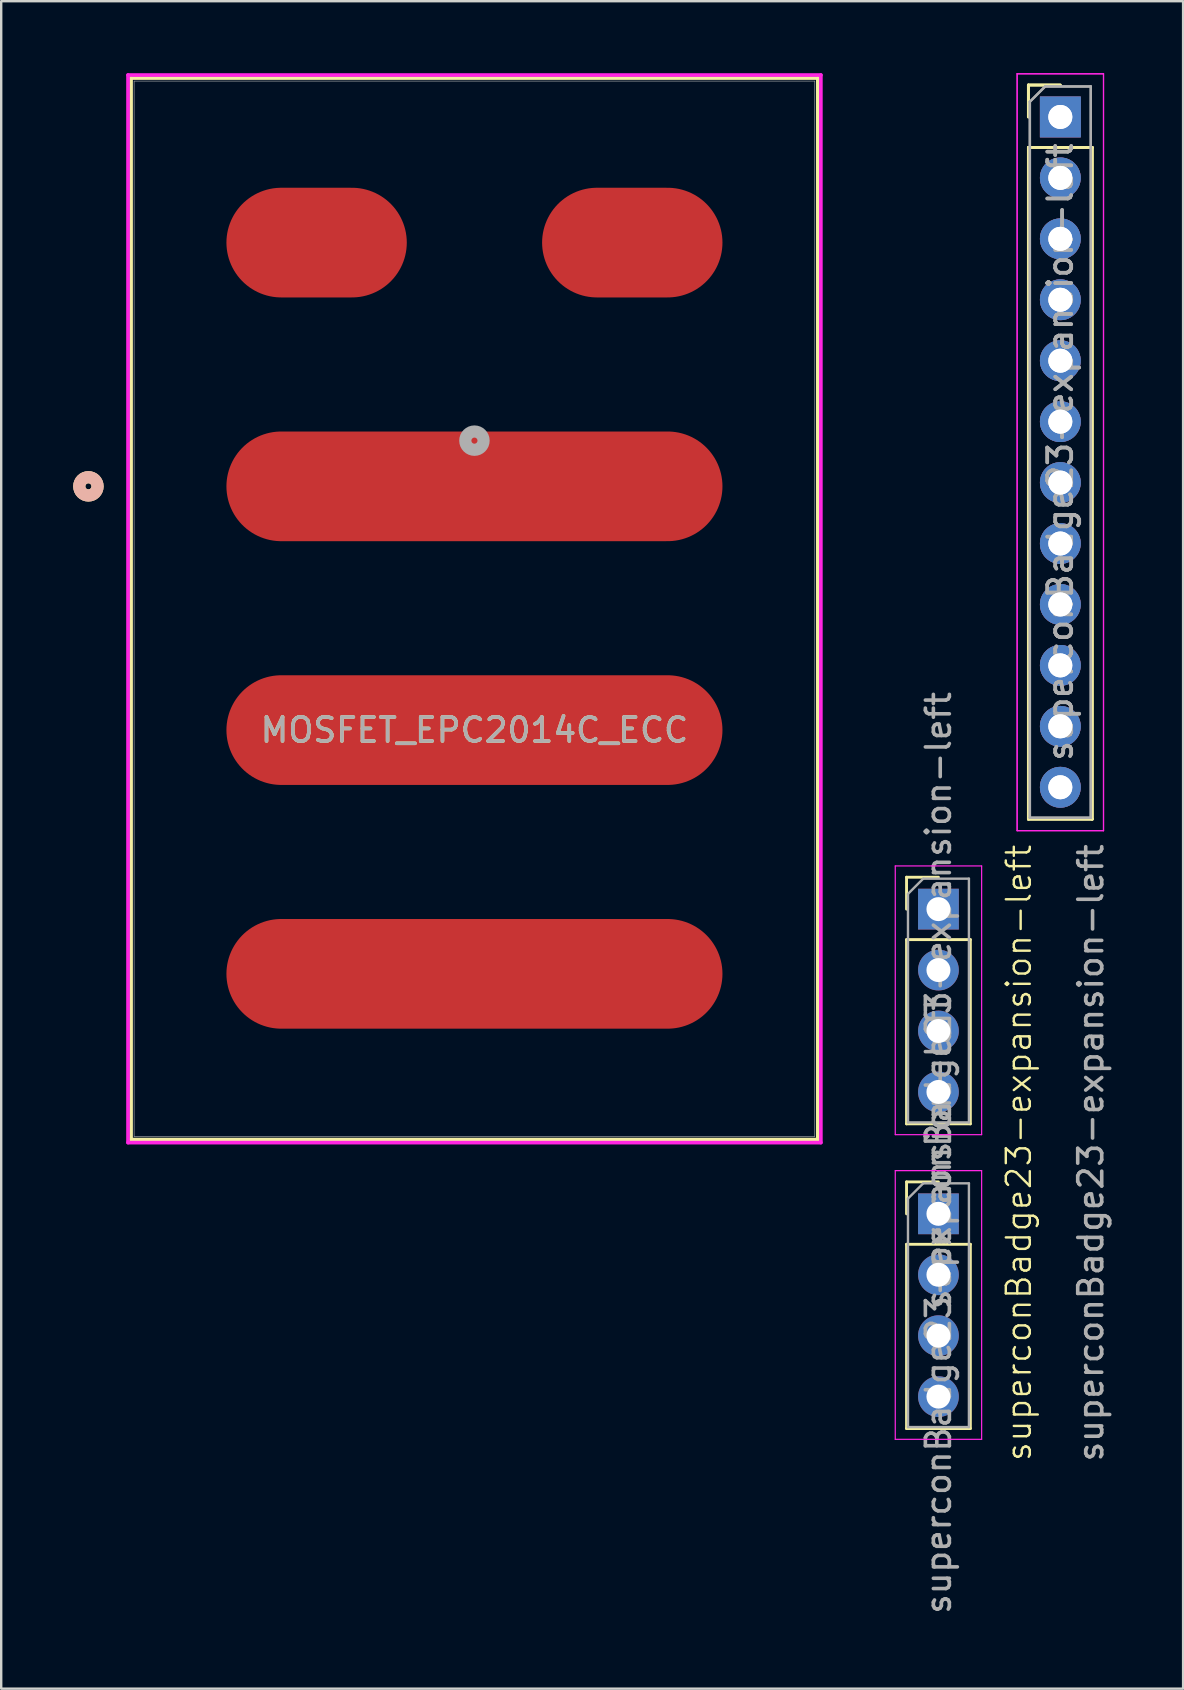
<source format=kicad_pcb>
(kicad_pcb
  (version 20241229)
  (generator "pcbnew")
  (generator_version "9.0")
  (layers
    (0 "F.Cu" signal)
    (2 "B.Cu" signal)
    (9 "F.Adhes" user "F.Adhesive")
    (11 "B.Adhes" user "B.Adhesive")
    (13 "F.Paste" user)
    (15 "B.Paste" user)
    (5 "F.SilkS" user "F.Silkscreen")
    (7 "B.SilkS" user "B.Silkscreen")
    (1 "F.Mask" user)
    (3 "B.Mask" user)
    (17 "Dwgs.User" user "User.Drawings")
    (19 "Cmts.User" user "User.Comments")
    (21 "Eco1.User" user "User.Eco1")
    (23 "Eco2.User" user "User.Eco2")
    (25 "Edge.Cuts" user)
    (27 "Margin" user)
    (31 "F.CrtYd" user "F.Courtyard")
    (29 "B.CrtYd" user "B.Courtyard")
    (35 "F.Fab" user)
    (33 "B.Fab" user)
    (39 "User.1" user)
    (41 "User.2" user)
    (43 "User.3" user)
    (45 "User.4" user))
  (footprint "superconBadge23-expansion-left"
    (layer "F.Cu")
    (at 41.147 1.825)
    (property "Reference" "superconBadge23-expansion-left" (at -1.73 43.18 90) (unlocked yes) (layer "F.SilkS") (effects (font (size 1 1) (thickness 0.1))))
    (attr through_hole)
    (fp_line (start -6.41 31.69) (end -5.08 31.69) (stroke (width 0.12) (type solid)) (layer "F.SilkS"))
    (fp_line (start -6.41 33.02) (end -6.41 31.69) (stroke (width 0.12) (type solid)) (layer "F.SilkS"))
    (fp_line (start -6.41 34.29) (end -6.41 41.97) (stroke (width 0.12) (type solid)) (layer "F.SilkS"))
    (fp_line (start -6.41 34.29) (end -3.75 34.29) (stroke (width 0.12) (type solid)) (layer "F.SilkS"))
    (fp_line (start -6.41 41.97) (end -3.75 41.97) (stroke (width 0.12) (type solid)) (layer "F.SilkS"))
    (fp_line (start -6.41 44.39) (end -5.08 44.39) (stroke (width 0.12) (type solid)) (layer "F.SilkS"))
    (fp_line (start -6.41 45.72) (end -6.41 44.39) (stroke (width 0.12) (type solid)) (layer "F.SilkS"))
    (fp_line (start -6.41 46.99) (end -6.41 54.67) (stroke (width 0.12) (type solid)) (layer "F.SilkS"))
    (fp_line (start -6.41 46.99) (end -3.75 46.99) (stroke (width 0.12) (type solid)) (layer "F.SilkS"))
    (fp_line (start -6.41 54.67) (end -3.75 54.67) (stroke (width 0.12) (type solid)) (layer "F.SilkS"))
    (fp_line (start -3.75 34.29) (end -3.75 41.97) (stroke (width 0.12) (type solid)) (layer "F.SilkS"))
    (fp_line (start -3.75 46.99) (end -3.75 54.67) (stroke (width 0.12) (type solid)) (layer "F.SilkS"))
    (fp_line (start -1.33 -1.33) (end 0 -1.33) (stroke (width 0.12) (type solid)) (layer "F.SilkS"))
    (fp_line (start -1.33 -1.33) (end 0 -1.33) (stroke (width 0.12) (type solid)) (layer "F.SilkS"))
    (fp_line (start -1.33 0) (end -1.33 -1.33) (stroke (width 0.12) (type solid)) (layer "F.SilkS"))
    (fp_line (start -1.33 0) (end -1.33 -1.33) (stroke (width 0.12) (type solid)) (layer "F.SilkS"))
    (fp_line (start -1.33 1.27) (end -1.33 29.27) (stroke (width 0.12) (type solid)) (layer "F.SilkS"))
    (fp_line (start -1.33 1.27) (end -1.33 29.27) (stroke (width 0.12) (type solid)) (layer "F.SilkS"))
    (fp_line (start -1.33 1.27) (end 1.33 1.27) (stroke (width 0.12) (type solid)) (layer "F.SilkS"))
    (fp_line (start -1.33 1.27) (end 1.33 1.27) (stroke (width 0.12) (type solid)) (layer "F.SilkS"))
    (fp_line (start -1.33 29.27) (end 1.33 29.27) (stroke (width 0.12) (type solid)) (layer "F.SilkS"))
    (fp_line (start -1.33 29.27) (end 1.33 29.27) (stroke (width 0.12) (type solid)) (layer "F.SilkS"))
    (fp_line (start 1.33 1.27) (end 1.33 29.27) (stroke (width 0.12) (type solid)) (layer "F.SilkS"))
    (fp_line (start 1.33 1.27) (end 1.33 29.27) (stroke (width 0.12) (type solid)) (layer "F.SilkS"))
    (fp_line (start -6.88 31.22) (end -6.88 42.42) (stroke (width 0.05) (type solid)) (layer "F.CrtYd"))
    (fp_line (start -6.88 42.42) (end -3.28 42.42) (stroke (width 0.05) (type solid)) (layer "F.CrtYd"))
    (fp_line (start -6.88 43.92) (end -6.88 55.12) (stroke (width 0.05) (type solid)) (layer "F.CrtYd"))
    (fp_line (start -6.88 55.12) (end -3.28 55.12) (stroke (width 0.05) (type solid)) (layer "F.CrtYd"))
    (fp_line (start -3.28 31.22) (end -6.88 31.22) (stroke (width 0.05) (type solid)) (layer "F.CrtYd"))
    (fp_line (start -3.28 42.42) (end -3.28 31.22) (stroke (width 0.05) (type solid)) (layer "F.CrtYd"))
    (fp_line (start -3.28 43.92) (end -6.88 43.92) (stroke (width 0.05) (type solid)) (layer "F.CrtYd"))
    (fp_line (start -3.28 55.12) (end -3.28 43.92) (stroke (width 0.05) (type solid)) (layer "F.CrtYd"))
    (fp_line (start -1.8 -1.8) (end -1.8 29.75) (stroke (width 0.05) (type solid)) (layer "F.CrtYd"))
    (fp_line (start -1.8 -1.8) (end -1.8 29.75) (stroke (width 0.05) (type solid)) (layer "F.CrtYd"))
    (fp_line (start -1.8 29.75) (end 1.8 29.75) (stroke (width 0.05) (type solid)) (layer "F.CrtYd"))
    (fp_line (start -1.8 29.75) (end 1.8 29.75) (stroke (width 0.05) (type solid)) (layer "F.CrtYd"))
    (fp_line (start 1.8 -1.8) (end -1.8 -1.8) (stroke (width 0.05) (type solid)) (layer "F.CrtYd"))
    (fp_line (start 1.8 -1.8) (end -1.8 -1.8) (stroke (width 0.05) (type solid)) (layer "F.CrtYd"))
    (fp_line (start 1.8 29.75) (end 1.8 -1.8) (stroke (width 0.05) (type solid)) (layer "F.CrtYd"))
    (fp_line (start 1.8 29.75) (end 1.8 -1.8) (stroke (width 0.05) (type solid)) (layer "F.CrtYd"))
    (fp_line (start -6.35 32.385) (end -5.715 31.75) (stroke (width 0.1) (type solid)) (layer "F.Fab"))
    (fp_line (start -6.35 41.91) (end -6.35 32.385) (stroke (width 0.1) (type solid)) (layer "F.Fab"))
    (fp_line (start -6.35 45.085) (end -5.715 44.45) (stroke (width 0.1) (type solid)) (layer "F.Fab"))
    (fp_line (start -6.35 54.61) (end -6.35 45.085) (stroke (width 0.1) (type solid)) (layer "F.Fab"))
    (fp_line (start -5.715 31.75) (end -3.81 31.75) (stroke (width 0.1) (type solid)) (layer "F.Fab"))
    (fp_line (start -5.715 44.45) (end -3.81 44.45) (stroke (width 0.1) (type solid)) (layer "F.Fab"))
    (fp_line (start -3.81 31.75) (end -3.81 41.91) (stroke (width 0.1) (type solid)) (layer "F.Fab"))
    (fp_line (start -3.81 41.91) (end -6.35 41.91) (stroke (width 0.1) (type solid)) (layer "F.Fab"))
    (fp_line (start -3.81 44.45) (end -3.81 54.61) (stroke (width 0.1) (type solid)) (layer "F.Fab"))
    (fp_line (start -3.81 54.61) (end -6.35 54.61) (stroke (width 0.1) (type solid)) (layer "F.Fab"))
    (fp_line (start -1.27 -0.635) (end -0.635 -1.27) (stroke (width 0.1) (type solid)) (layer "F.Fab"))
    (fp_line (start -1.27 -0.635) (end -0.635 -1.27) (stroke (width 0.1) (type solid)) (layer "F.Fab"))
    (fp_line (start -1.27 29.21) (end -1.27 -0.635) (stroke (width 0.1) (type solid)) (layer "F.Fab"))
    (fp_line (start -1.27 29.21) (end -1.27 -0.635) (stroke (width 0.1) (type solid)) (layer "F.Fab"))
    (fp_line (start -0.635 -1.27) (end 1.27 -1.27) (stroke (width 0.1) (type solid)) (layer "F.Fab"))
    (fp_line (start -0.635 -1.27) (end 1.27 -1.27) (stroke (width 0.1) (type solid)) (layer "F.Fab"))
    (fp_line (start 1.27 -1.27) (end 1.27 29.21) (stroke (width 0.1) (type solid)) (layer "F.Fab"))
    (fp_line (start 1.27 -1.27) (end 1.27 29.21) (stroke (width 0.1) (type solid)) (layer "F.Fab"))
    (fp_line (start 1.27 29.21) (end -1.27 29.21) (stroke (width 0.1) (type solid)) (layer "F.Fab"))
    (fp_line (start 1.27 29.21) (end -1.27 29.21) (stroke (width 0.1) (type solid)) (layer "F.Fab"))
    (fp_text user "${REFERENCE}" (at -5.08 49.53 90) (layer "F.Fab") (effects (font (size 1 1) (thickness 0.15))))
    (fp_text user "${REFERENCE}" (at -5.08 36.83 90) (layer "F.Fab") (effects (font (size 1 1) (thickness 0.15))))
    (fp_text user "${REFERENCE}" (at 1.27 43.18 90) (unlocked yes) (layer "F.Fab") (effects (font (size 1 1) (thickness 0.15))))
    (fp_text user "${REFERENCE}" (at 0 13.97 90) (layer "F.Fab") (effects (font (size 1 1) (thickness 0.15))))
    (fp_text user "${REFERENCE}" (at 0 13.97 90) (layer "F.Fab") (effects (font (size 1 1) (thickness 0.15))))
    (pad "1" thru_hole rect (at -5.08 33.02) (size 1.7 1.7) (drill 1) (layers "*.Cu" "*.Mask"))
    (pad "1" thru_hole rect (at -5.08 45.72) (size 1.7 1.7) (drill 1) (layers "*.Cu" "*.Mask"))
    (pad "1" thru_hole rect (at 0 0) (size 1.7 1.7) (drill 1) (layers "*.Cu" "*.Mask"))
    (pad "1" thru_hole rect (at 0 0) (size 1.7 1.7) (drill 1) (layers "*.Cu" "*.Mask"))
    (pad "2" thru_hole oval (at -5.08 35.56) (size 1.7 1.7) (drill 1) (layers "*.Cu" "*.Mask"))
    (pad "2" thru_hole oval (at -5.08 48.26) (size 1.7 1.7) (drill 1) (layers "*.Cu" "*.Mask"))
    (pad "2" thru_hole oval (at 0 2.54) (size 1.7 1.7) (drill 1) (layers "*.Cu" "*.Mask"))
    (pad "2" thru_hole oval (at 0 2.54) (size 1.7 1.7) (drill 1) (layers "*.Cu" "*.Mask"))
    (pad "3" thru_hole oval (at -5.08 38.1) (size 1.7 1.7) (drill 1) (layers "*.Cu" "*.Mask"))
    (pad "3" thru_hole oval (at -5.08 50.8) (size 1.7 1.7) (drill 1) (layers "*.Cu" "*.Mask"))
    (pad "3" thru_hole oval (at 0 5.08) (size 1.7 1.7) (drill 1) (layers "*.Cu" "*.Mask"))
    (pad "3" thru_hole oval (at 0 5.08) (size 1.7 1.7) (drill 1) (layers "*.Cu" "*.Mask"))
    (pad "4" thru_hole oval (at -5.08 40.64) (size 1.7 1.7) (drill 1) (layers "*.Cu" "*.Mask"))
    (pad "4" thru_hole oval (at -5.08 53.34) (size 1.7 1.7) (drill 1) (layers "*.Cu" "*.Mask"))
    (pad "4" thru_hole oval (at 0 7.62) (size 1.7 1.7) (drill 1) (layers "*.Cu" "*.Mask"))
    (pad "4" thru_hole oval (at 0 7.62) (size 1.7 1.7) (drill 1) (layers "*.Cu" "*.Mask"))
    (pad "5" thru_hole oval (at 0 10.16) (size 1.7 1.7) (drill 1) (layers "*.Cu" "*.Mask"))
    (pad "5" thru_hole oval (at 0 10.16) (size 1.7 1.7) (drill 1) (layers "*.Cu" "*.Mask"))
    (pad "6" thru_hole oval (at 0 12.7) (size 1.7 1.7) (drill 1) (layers "*.Cu" "*.Mask"))
    (pad "6" thru_hole oval (at 0 12.7) (size 1.7 1.7) (drill 1) (layers "*.Cu" "*.Mask"))
    (pad "7" thru_hole oval (at 0 15.24) (size 1.7 1.7) (drill 1) (layers "*.Cu" "*.Mask"))
    (pad "7" thru_hole oval (at 0 15.24) (size 1.7 1.7) (drill 1) (layers "*.Cu" "*.Mask"))
    (pad "8" thru_hole oval (at 0 17.78) (size 1.7 1.7) (drill 1) (layers "*.Cu" "*.Mask"))
    (pad "8" thru_hole oval (at 0 17.78) (size 1.7 1.7) (drill 1) (layers "*.Cu" "*.Mask"))
    (pad "9" thru_hole oval (at 0 20.32) (size 1.7 1.7) (drill 1) (layers "*.Cu" "*.Mask"))
    (pad "9" thru_hole oval (at 0 20.32) (size 1.7 1.7) (drill 1) (layers "*.Cu" "*.Mask"))
    (pad "10" thru_hole oval (at 0 22.86) (size 1.7 1.7) (drill 1) (layers "*.Cu" "*.Mask"))
    (pad "10" thru_hole oval (at 0 22.86) (size 1.7 1.7) (drill 1) (layers "*.Cu" "*.Mask"))
    (pad "11" thru_hole oval (at 0 25.4) (size 1.7 1.7) (drill 1) (layers "*.Cu" "*.Mask"))
    (pad "11" thru_hole oval (at 0 25.4) (size 1.7 1.7) (drill 1) (layers "*.Cu" "*.Mask"))
    (pad "12" thru_hole oval (at 0 27.94) (size 1.7 1.7) (drill 1) (layers "*.Cu" "*.Mask"))
    (pad "12" thru_hole oval (at 0 27.94) (size 1.7 1.7) (drill 1) (layers "*.Cu" "*.Mask")))
  (footprint "MOSFET_EPC2014C_ECC"
    (layer "F.Cu")
    (at 16.726 22.327)
    (property "Reference" "MOSFET_EPC2014C_ECC" (at 0 5.055 0) (unlocked yes) (layer "F.SilkS") (effects (font (size 1 1) (thickness 0.15))))
    (attr smd)
    (fp_line (start -14.313 -22.123) (end -14.313 22.123) (stroke (width 0.152) (type solid)) (layer "F.SilkS"))
    (fp_line (start -14.313 22.123) (end 14.313 22.123) (stroke (width 0.152) (type solid)) (layer "F.SilkS"))
    (fp_line (start 14.313 -22.123) (end -14.313 -22.123) (stroke (width 0.152) (type solid)) (layer "F.SilkS"))
    (fp_line (start 14.313 22.123) (end 14.313 -22.123) (stroke (width 0.152) (type solid)) (layer "F.SilkS"))
    (fp_circle (center -16.091 -5.105) (end -15.71 -5.105) (stroke (width 0.508) (type solid)) (fill no) (layer "F.SilkS"))
    (fp_circle (center -16.091 -5.105) (end -15.71 -5.105) (stroke (width 0.508) (type solid)) (fill no) (layer "B.SilkS"))
    (fp_line (start -14.44 -22.25) (end -14.44 22.25) (stroke (width 0.152) (type solid)) (layer "F.CrtYd"))
    (fp_line (start -14.44 22.25) (end 14.44 22.25) (stroke (width 0.152) (type solid)) (layer "F.CrtYd"))
    (fp_line (start 14.44 -22.25) (end -14.44 -22.25) (stroke (width 0.152) (type solid)) (layer "F.CrtYd"))
    (fp_line (start 14.44 22.25) (end 14.44 -22.25) (stroke (width 0.152) (type solid)) (layer "F.CrtYd"))
    (fp_line (start -14.186 -21.996) (end -14.186 21.996) (stroke (width 0.025) (type solid)) (layer "F.Fab"))
    (fp_line (start -14.186 21.996) (end 14.186 21.996) (stroke (width 0.025) (type solid)) (layer "F.Fab"))
    (fp_line (start 14.186 -21.996) (end -14.186 -21.996) (stroke (width 0.025) (type solid)) (layer "F.Fab"))
    (fp_line (start 14.186 21.996) (end 14.186 -21.996) (stroke (width 0.025) (type solid)) (layer "F.Fab"))
    (fp_circle (center 0 -7.01) (end 0.381 -7.01) (stroke (width 0.508) (type solid)) (fill no) (layer "F.Fab"))
    (fp_text user "${REFERENCE}" (at 0 5.055 0) (unlocked yes) (layer "F.Fab") (effects (font (size 1 1) (thickness 0.15))))
    (pad "1" smd oval (at 6.579 -15.265 90) (size 4.572 7.518) (layers "F.Cu" "F.Mask" "F.Paste"))
    (pad "2" smd oval (at -6.579 -15.265 90) (size 4.572 7.518) (layers "F.Cu" "F.Mask" "F.Paste"))
    (pad "3" smd oval (at 0 -5.105) (size 20.676 4.572) (layers "F.Cu" "F.Mask" "F.Paste"))
    (pad "4" smd oval (at 0 5.055) (size 20.676 4.572) (layers "F.Cu" "F.Mask" "F.Paste"))
    (pad "5" smd oval (at 0 15.215) (size 20.676 4.572) (layers "F.Cu" "F.Mask" "F.Paste")))
  (gr_rect
    (start -3 -3)
    (end 46.265 67.337)
    (stroke (width 0.1) (type default))
    (fill no)
    (layer "Edge.Cuts")))
</source>
